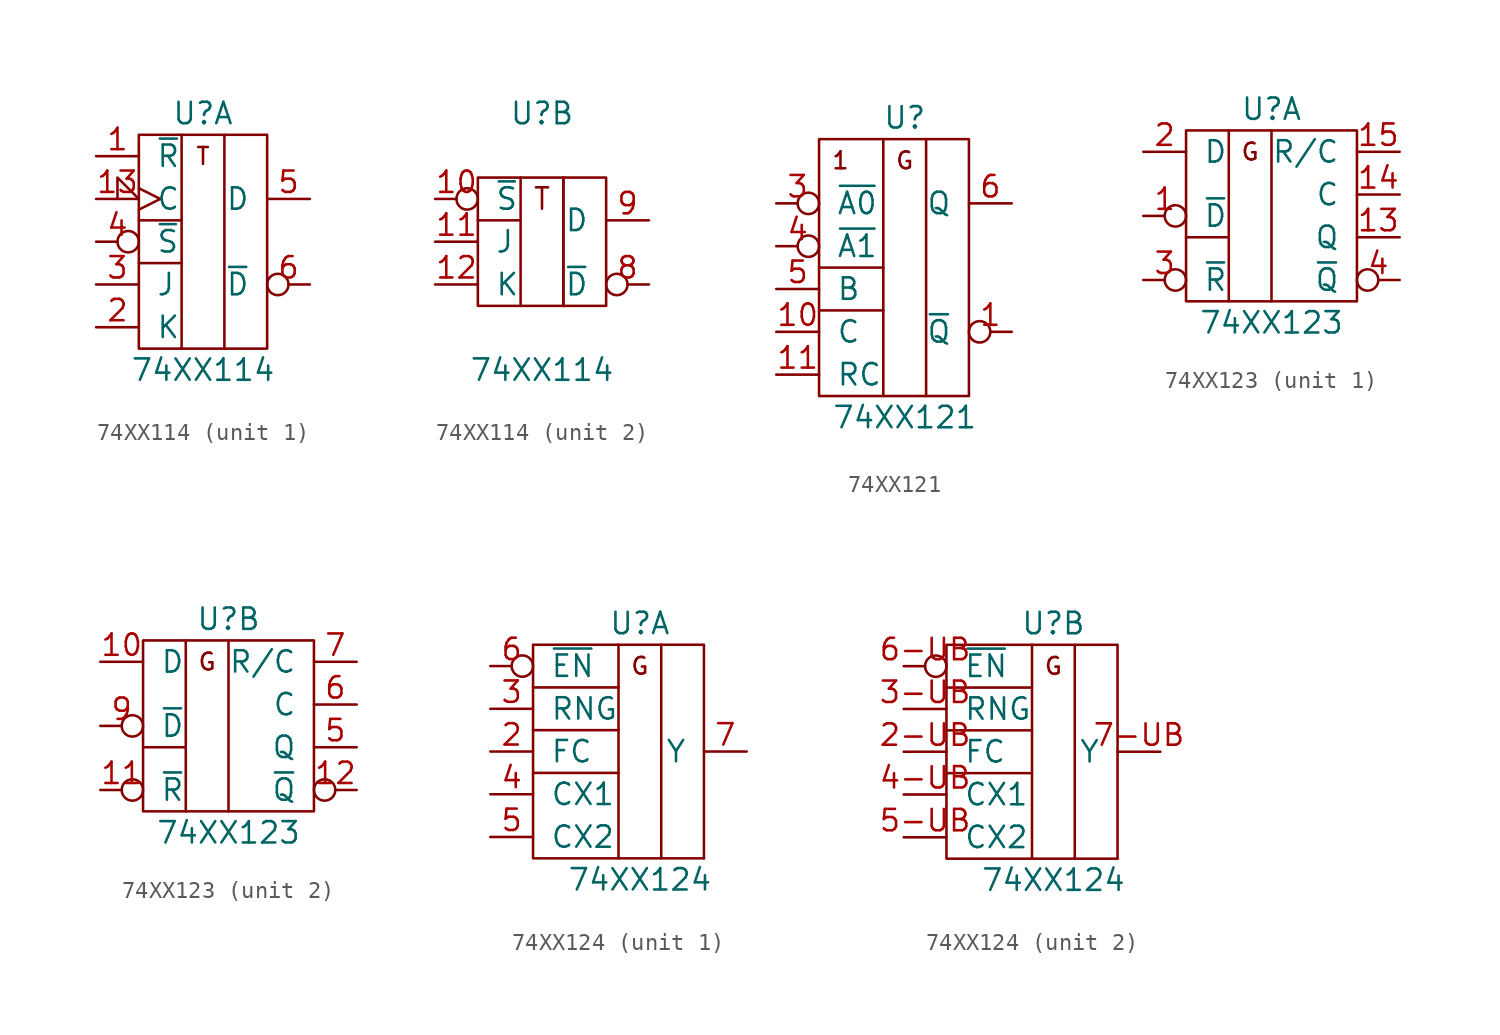
<source format=kicad_sym>
(kicad_symbol_lib
  (version 20211014)
  (generator kicad_symbol_editor)
  (symbol "74XX114"
    (pin_names
      (offset 1.016))
    (property "Reference" "U"
      (at 0 7.62 0)
      (effects (font (size 1.27 1.27))))
    (property "Value" "74XX114"
      (at 0 -7.62 0)
      (effects (font (size 1.27 1.27))))
    (property "ki_locked" ""
      (at 0 0 0)
      (effects (font (size 1.27 1.27))))
    (symbol "74XX114_0_1"
      (pin power_in line (at 3.81 6.35 180) (length 0) hide (name "VCC" (effects (font (size 1.27 1.27)))) (number "14" (effects (font (size 1.27 1.27)))))
      (pin power_in line (at 3.81 -6.35 180) (length 0) hide (name "GND" (effects (font (size 1.27 1.27)))) (number "7" (effects (font (size 1.27 1.27))))))
    (symbol "74XX114_1_0"
      (rectangle (start -3.81 -6.35) (end 3.81 6.35) (stroke (width 0) (type default) (color 0 0 0 0)) (fill (type none)))
      (polyline (pts (xy -3.81 -1.27) (xy -1.27 -1.27)) (stroke (width 0) (type default) (color 0 0 0 0)) (fill (type none)))
      (polyline (pts (xy -3.81 1.27) (xy -1.27 1.27)) (stroke (width 0) (type default) (color 0 0 0 0)) (fill (type none)))
      (polyline (pts (xy -1.27 -6.35) (xy -1.27 6.35)) (stroke (width 0) (type default) (color 0 0 0 0)) (fill (type none)))
      (polyline (pts (xy 1.27 -6.35) (xy 1.27 6.35) (xy 1.27 1.27)) (stroke (width 0) (type default) (color 0 0 0 0)) (fill (type none)))
      (text "T" (at 0 5.08 0) (effects (font (size 1 1)))))
    (symbol "74XX114_1_1"
      (pin input line (at -6.35 5.08 0) (length 2.54) (name "~{R}" (effects (font (size 1.27 1.27)))) (number "1" (effects (font (size 1.27 1.27)))))
      (pin input clock_low (at -6.35 2.54 0) (length 2.54) (name "C" (effects (font (size 1.27 1.27)))) (number "13" (effects (font (size 1.27 1.27)))))
      (pin input line (at -6.35 -5.08 0) (length 2.54) (name "K" (effects (font (size 1.27 1.27)))) (number "2" (effects (font (size 1.27 1.27)))))
      (pin input line (at -6.35 -2.54 0) (length 2.54) (name "J" (effects (font (size 1.27 1.27)))) (number "3" (effects (font (size 1.27 1.27)))))
      (pin input inverted (at -6.35 0 0) (length 2.54) (name "~{S}" (effects (font (size 1.27 1.27)))) (number "4" (effects (font (size 1.27 1.27)))))
      (pin input line (at 6.35 2.54 180) (length 2.54) (name "D" (effects (font (size 1.27 1.27)))) (number "5" (effects (font (size 1.27 1.27)))))
      (pin input inverted (at 6.35 -2.54 180) (length 2.54) (name "~{D}" (effects (font (size 1.27 1.27)))) (number "6" (effects (font (size 1.27 1.27))))))
    (symbol "74XX114_2_0"
      (text "T" (at 0 2.54 0) (effects (font (size 1.27 1.27)))))
    (symbol "74XX114_2_1"
      (rectangle (start -3.81 -3.81) (end 3.81 3.81) (stroke (width 0) (type default) (color 0 0 0 0)) (fill (type none)))
      (polyline (pts (xy -3.81 1.27) (xy -1.27 1.27)) (stroke (width 0) (type default) (color 0 0 0 0)) (fill (type none)))
      (polyline (pts (xy -1.27 -3.81) (xy -1.27 3.81)) (stroke (width 0) (type default) (color 0 0 0 0)) (fill (type none)))
      (polyline (pts (xy 1.27 -3.81) (xy 1.27 3.81)) (stroke (width 0) (type default) (color 0 0 0 0)) (fill (type none)))
      (polyline (pts (xy 1.27 -3.81) (xy 1.27 3.81)) (stroke (width 0) (type default) (color 0 0 0 0)) (fill (type none)))
      (pin input inverted (at -6.35 2.54 0) (length 2.54) (name "~{S}" (effects (font (size 1.27 1.27)))) (number "10" (effects (font (size 1.27 1.27)))))
      (pin input line (at -6.35 0 0) (length 2.54) (name "J" (effects (font (size 1.27 1.27)))) (number "11" (effects (font (size 1.27 1.27)))))
      (pin input line (at -6.35 -2.54 0) (length 2.54) (name "K" (effects (font (size 1.27 1.27)))) (number "12" (effects (font (size 1.27 1.27)))))
      (pin input inverted (at 6.35 -2.54 180) (length 2.54) (name "~{D}" (effects (font (size 1.27 1.27)))) (number "8" (effects (font (size 1.27 1.27)))))
      (pin input line (at 6.35 1.27 180) (length 2.54) (name "D" (effects (font (size 1.27 1.27)))) (number "9" (effects (font (size 1.27 1.27)))))))
  (symbol "74XX121"
    (pin_names
      (offset 1.016))
    (property "Reference" "U"
      (at 0 8.89 0)
      (effects (font (size 1.27 1.27))))
    (property "Value" "74XX121"
      (at 0 -8.89 0)
      (effects (font (size 1.27 1.27))))
    (symbol "74XX121_0_0"
      (polyline (pts (xy -5.08 -2.54) (xy -1.27 -2.54)) (stroke (width 0) (type default) (color 0 0 0 0)) (fill (type none)))
      (polyline (pts (xy -5.08 0) (xy -1.27 0)) (stroke (width 0) (type default) (color 0 0 0 0)) (fill (type none)))
      (polyline (pts (xy -1.27 7.62) (xy -1.27 -7.62)) (stroke (width 0) (type default) (color 0 0 0 0)) (fill (type none)))
      (polyline (pts (xy 1.27 7.62) (xy 1.27 -7.62)) (stroke (width 0) (type default) (color 0 0 0 0)) (fill (type none)))
      (text "1" (at -3.81 6.35 0) (effects (font (size 1 1))))
      (text "G" (at 0 6.35 0) (effects (font (size 1 1)))))
    (symbol "74XX121_0_1"
      (rectangle (start -5.08 7.62) (end 3.81 -7.62) (stroke (width 0) (type default) (color 0 0 0 0)) (fill (type none))))
    (symbol "74XX121_1_1"
      (pin output inverted (at 6.35 -3.81 180) (length 2.54) (name "~{Q}" (effects (font (size 1.27 1.27)))) (number "1" (effects (font (size 1.27 1.27)))))
      (pin input line (at -7.62 -3.81 0) (length 2.54) (name "C" (effects (font (size 1.27 1.27)))) (number "10" (effects (font (size 1.27 1.27)))))
      (pin input line (at -7.62 -6.35 0) (length 2.54) (name "RC" (effects (font (size 1.27 1.27)))) (number "11" (effects (font (size 1.27 1.27)))))
      (pin power_in line (at 3.81 7.62 180) (length 0) hide (name "VCC" (effects (font (size 1.27 1.27)))) (number "14" (effects (font (size 1.27 1.27)))))
      (pin input inverted (at -7.62 3.81 0) (length 2.54) (name "~{A0}" (effects (font (size 1.27 1.27)))) (number "3" (effects (font (size 1.27 1.27)))))
      (pin input inverted (at -7.62 1.27 0) (length 2.54) (name "~{A1}" (effects (font (size 1.27 1.27)))) (number "4" (effects (font (size 1.27 1.27)))))
      (pin input line (at -7.62 -1.27 0) (length 2.54) (name "B" (effects (font (size 1.27 1.27)))) (number "5" (effects (font (size 1.27 1.27)))))
      (pin output line (at 6.35 3.81 180) (length 2.54) (name "Q" (effects (font (size 1.27 1.27)))) (number "6" (effects (font (size 1.27 1.27)))))
      (pin power_in line (at 3.81 -7.62 180) (length 0) hide (name "GND" (effects (font (size 1.27 1.27)))) (number "7" (effects (font (size 1.27 1.27)))))))
  (symbol "74XX123"
    (pin_names
      (offset 1.016))
    (property "Reference" "U"
      (at 0 6.35 0)
      (effects (font (size 1.27 1.27))))
    (property "Value" "74XX123"
      (at 0 -6.35 0)
      (effects (font (size 1.27 1.27))))
    (symbol "74XX123_0_0"
      (text "G" (at -1.27 3.81 0) (effects (font (size 1 1)))))
    (symbol "74XX123_0_1"
      (rectangle (start -5.08 5.08) (end 5.08 -5.08) (stroke (width 0) (type default) (color 0 0 0 0)) (fill (type none)))
      (polyline (pts (xy -5.08 -1.27) (xy -2.54 -1.27)) (stroke (width 0) (type default) (color 0 0 0 0)) (fill (type none)))
      (polyline (pts (xy -2.54 -5.08) (xy -2.54 5.08)) (stroke (width 0) (type default) (color 0 0 0 0)) (fill (type none)))
      (polyline (pts (xy 0 5.08) (xy 0 -5.08)) (stroke (width 0) (type default) (color 0 0 0 0)) (fill (type none)))
      (pin power_in line (at 5.08 5.08 180) (length 0) hide (name "VCC" (effects (font (size 1.27 1.27)))) (number "16" (effects (font (size 1.27 1.27)))))
      (pin power_in line (at 5.08 -5.08 180) (length 0) hide (name "GND" (effects (font (size 1.27 1.27)))) (number "8" (effects (font (size 1.27 1.27))))))
    (symbol "74XX123_1_1"
      (pin input inverted (at -7.62 0 0) (length 2.54) (name "~{D}" (effects (font (size 1.27 1.27)))) (number "1" (effects (font (size 1.27 1.27)))))
      (pin output line (at 7.62 -1.27 180) (length 2.54) (name "Q" (effects (font (size 1.27 1.27)))) (number "13" (effects (font (size 1.27 1.27)))))
      (pin input line (at 7.62 1.27 180) (length 2.54) (name "C" (effects (font (size 1.27 1.27)))) (number "14" (effects (font (size 1.27 1.27)))))
      (pin input line (at 7.62 3.81 180) (length 2.54) (name "R/C" (effects (font (size 1.27 1.27)))) (number "15" (effects (font (size 1.27 1.27)))))
      (pin input line (at -7.62 3.81 0) (length 2.54) (name "D" (effects (font (size 1.27 1.27)))) (number "2" (effects (font (size 1.27 1.27)))))
      (pin input inverted (at -7.62 -3.81 0) (length 2.54) (name "~{R}" (effects (font (size 1.27 1.27)))) (number "3" (effects (font (size 1.27 1.27)))))
      (pin output inverted (at 7.62 -3.81 180) (length 2.54) (name "~{Q}" (effects (font (size 1.27 1.27)))) (number "4" (effects (font (size 1.27 1.27))))))
    (symbol "74XX123_2_1"
      (pin input line (at -7.62 3.81 0) (length 2.54) (name "D" (effects (font (size 1.27 1.27)))) (number "10" (effects (font (size 1.27 1.27)))))
      (pin input inverted (at -7.62 -3.81 0) (length 2.54) (name "~{R}" (effects (font (size 1.27 1.27)))) (number "11" (effects (font (size 1.27 1.27)))))
      (pin output inverted (at 7.62 -3.81 180) (length 2.54) (name "~{Q}" (effects (font (size 1.27 1.27)))) (number "12" (effects (font (size 1.27 1.27)))))
      (pin output line (at 7.62 -1.27 180) (length 2.54) (name "Q" (effects (font (size 1.27 1.27)))) (number "5" (effects (font (size 1.27 1.27)))))
      (pin input line (at 7.62 1.27 180) (length 2.54) (name "C" (effects (font (size 1.27 1.27)))) (number "6" (effects (font (size 1.27 1.27)))))
      (pin input line (at 7.62 3.81 180) (length 2.54) (name "R/C" (effects (font (size 1.27 1.27)))) (number "7" (effects (font (size 1.27 1.27)))))
      (pin input inverted (at -7.62 0 0) (length 2.54) (name "~{D}" (effects (font (size 1.27 1.27)))) (number "9" (effects (font (size 1.27 1.27)))))))
  (symbol "74XX124"
    (pin_names
      (offset 1.016))
    (property "Reference" "U"
      (at 0 7.62 0)
      (effects (font (size 1.27 1.27))))
    (property "Value" "74XX124"
      (at 0 -7.62 0)
      (effects (font (size 1.27 1.27))))
    (symbol "74XX124_0_0"
      (polyline (pts (xy -6.35 -1.27) (xy -1.27 -1.27)) (stroke (width 0) (type default) (color 0 0 0 0)) (fill (type none)))
      (polyline (pts (xy -6.35 1.27) (xy -1.27 1.27)) (stroke (width 0) (type default) (color 0 0 0 0)) (fill (type none)))
      (polyline (pts (xy -6.35 3.81) (xy -1.27 3.81)) (stroke (width 0) (type default) (color 0 0 0 0)) (fill (type none)))
      (text "G" (at 0 5.08 0) (effects (font (size 1 1)))))
    (symbol "74XX124_0_1"
      (rectangle (start -6.35 6.35) (end 3.81 -6.35) (stroke (width 0) (type default) (color 0 0 0 0)) (fill (type none)))
      (polyline (pts (xy -1.27 6.35) (xy -1.27 -6.35)) (stroke (width 0) (type default) (color 0 0 0 0)) (fill (type none)))
      (polyline (pts (xy 1.27 -6.35) (xy 1.27 6.35)) (stroke (width 0) (type default) (color 0 0 0 0)) (fill (type none)))
      (rectangle (start 3.81 -6.35) (end 3.81 -6.35) (stroke (width 0) (type default) (color 0 0 0 0)) (fill (type none)))
      (pin power_in line (at 3.81 3.81 180) (length 0) hide (name "OSC_VCC" (effects (font (size 1.27 1.27)))) (number "15" (effects (font (size 1.27 1.27)))))
      (pin power_in line (at 3.81 6.35 180) (length 0) hide (name "VCC" (effects (font (size 1.27 1.27)))) (number "16" (effects (font (size 1.27 1.27)))))
      (pin power_in line (at 3.81 -3.81 180) (length 0) hide (name "OSC_GND" (effects (font (size 1.27 1.27)))) (number "8" (effects (font (size 1.27 1.27)))))
      (pin power_in line (at 3.81 -6.35 180) (length 0) hide (name "GND" (effects (font (size 1.27 1.27)))) (number "9" (effects (font (size 1.27 1.27))))))
    (symbol "74XX124_1_1"
      (pin input line (at -8.89 0 0) (length 2.54) (name "FC" (effects (font (size 1.27 1.27)))) (number "2" (effects (font (size 1.27 1.27)))))
      (pin input line (at -8.89 2.54 0) (length 2.54) (name "RNG" (effects (font (size 1.27 1.27)))) (number "3" (effects (font (size 1.27 1.27)))))
      (pin input line (at -8.89 -2.54 0) (length 2.54) (name "CX1" (effects (font (size 1.27 1.27)))) (number "4" (effects (font (size 1.27 1.27)))))
      (pin input line (at -8.89 -5.08 0) (length 2.54) (name "CX2" (effects (font (size 1.27 1.27)))) (number "5" (effects (font (size 1.27 1.27)))))
      (pin input inverted (at -8.89 5.08 0) (length 2.54) (name "~{EN}" (effects (font (size 1.27 1.27)))) (number "6" (effects (font (size 1.27 1.27)))))
      (pin output line (at 6.35 0 180) (length 2.54) (name "Y" (effects (font (size 1.27 1.27)))) (number "7" (effects (font (size 1.27 1.27))))))
    (symbol "74XX124_2_1"
      (pin input line (at -8.89 0 0) (length 2.54) (name "FC" (effects (font (size 1.27 1.27)))) (number "2-UB" (effects (font (size 1.27 1.27)))))
      (pin input line (at -8.89 2.54 0) (length 2.54) (name "RNG" (effects (font (size 1.27 1.27)))) (number "3-UB" (effects (font (size 1.27 1.27)))))
      (pin input line (at -8.89 -2.54 0) (length 2.54) (name "CX1" (effects (font (size 1.27 1.27)))) (number "4-UB" (effects (font (size 1.27 1.27)))))
      (pin input line (at -8.89 -5.08 0) (length 2.54) (name "CX2" (effects (font (size 1.27 1.27)))) (number "5-UB" (effects (font (size 1.27 1.27)))))
      (pin input inverted (at -8.89 5.08 0) (length 2.54) (name "~{EN}" (effects (font (size 1.27 1.27)))) (number "6-UB" (effects (font (size 1.27 1.27)))))
      (pin output line (at 6.35 0 180) (length 2.54) (name "Y" (effects (font (size 1.27 1.27)))) (number "7-UB" (effects (font (size 1.27 1.27))))))))
</source>
